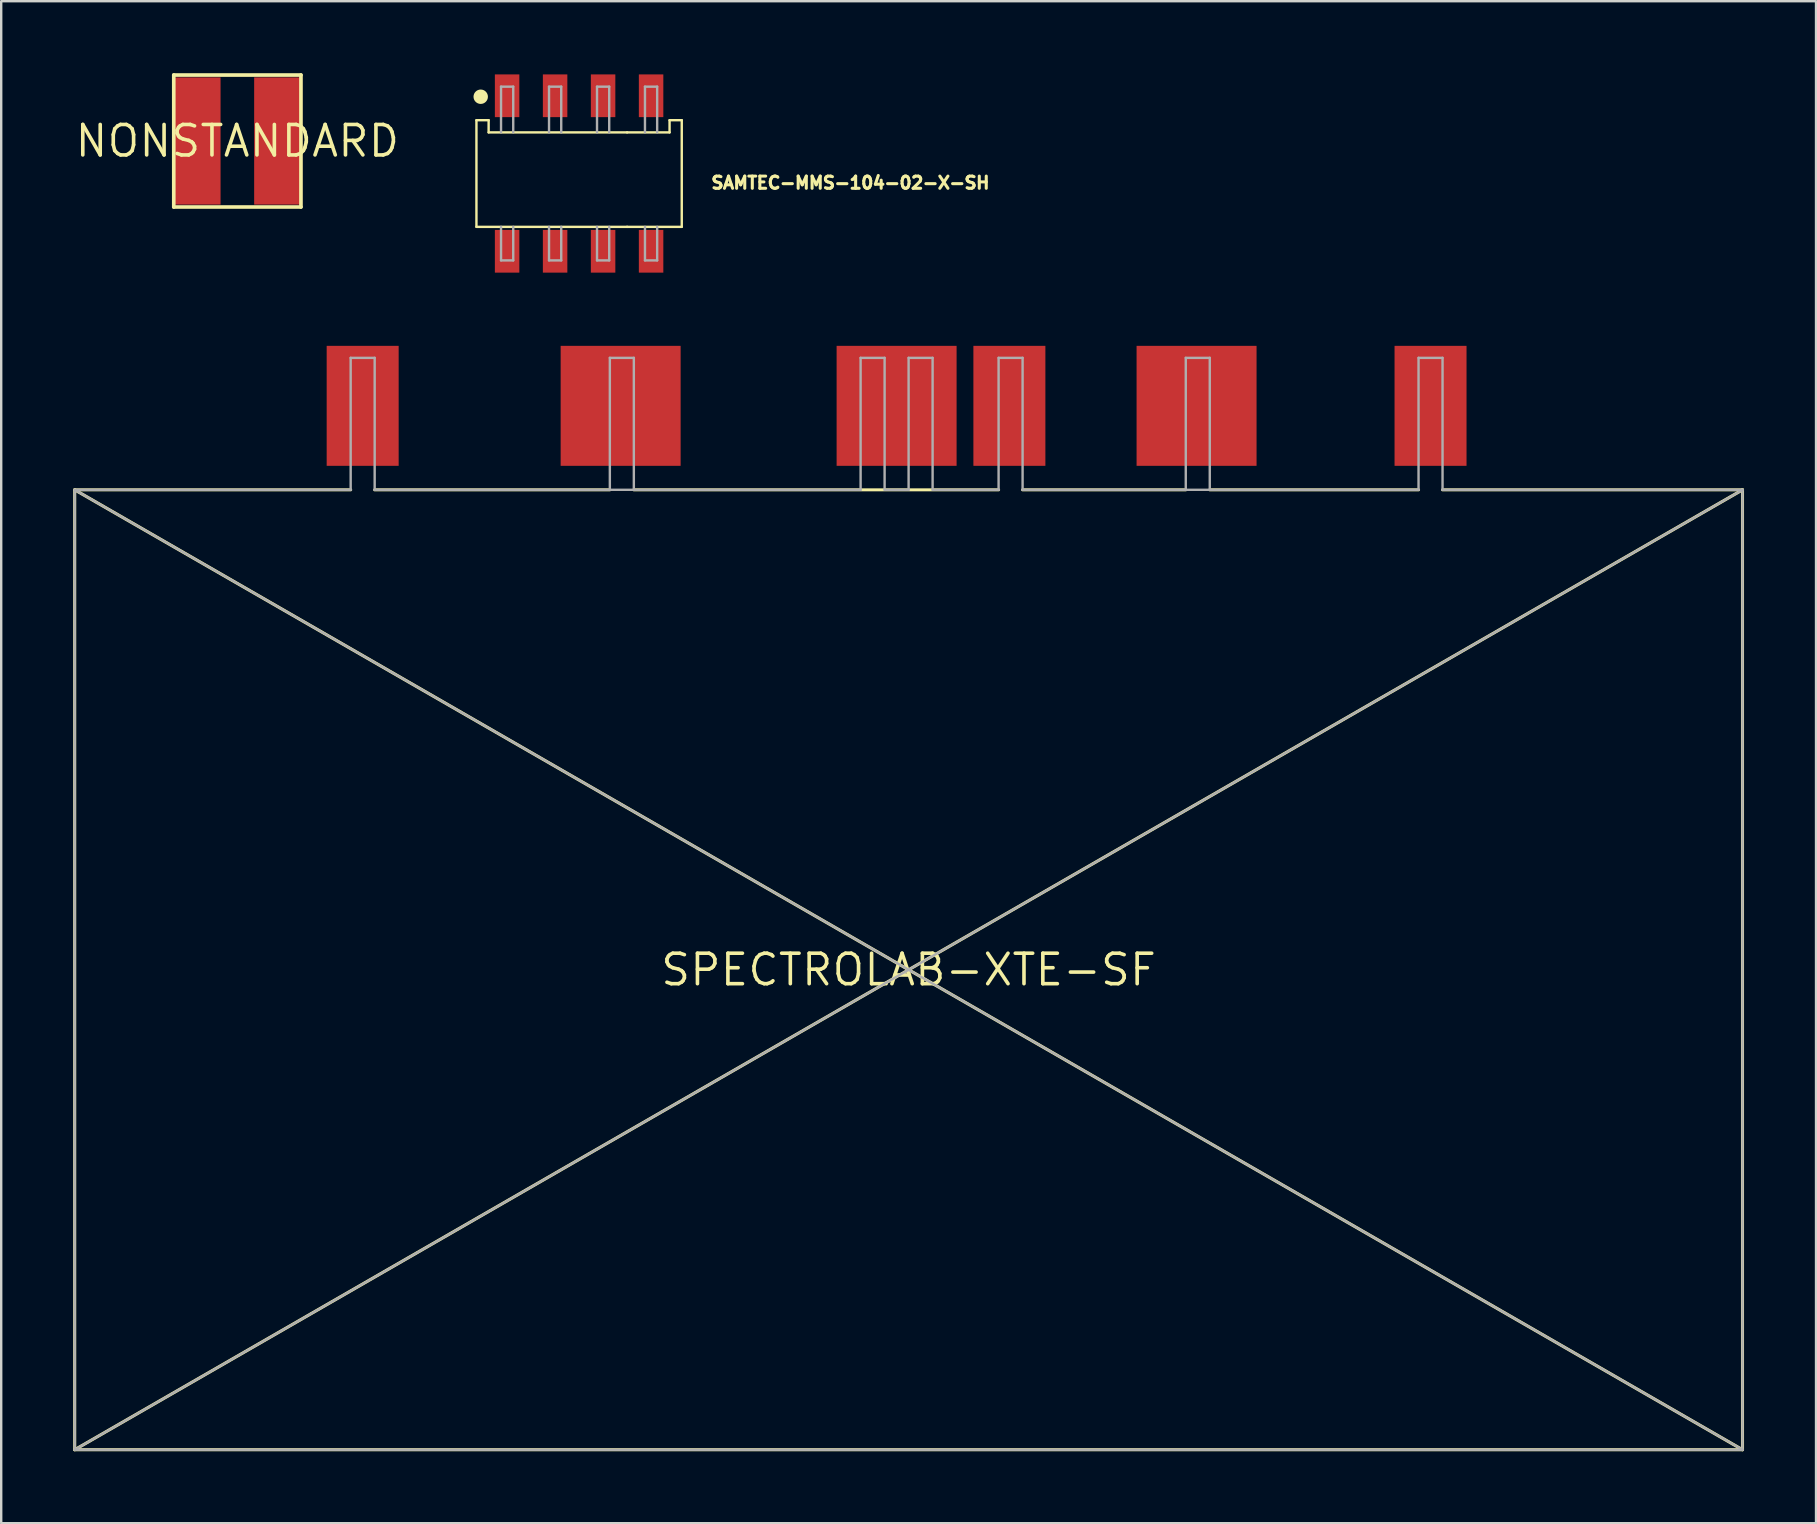
<source format=kicad_pcb>
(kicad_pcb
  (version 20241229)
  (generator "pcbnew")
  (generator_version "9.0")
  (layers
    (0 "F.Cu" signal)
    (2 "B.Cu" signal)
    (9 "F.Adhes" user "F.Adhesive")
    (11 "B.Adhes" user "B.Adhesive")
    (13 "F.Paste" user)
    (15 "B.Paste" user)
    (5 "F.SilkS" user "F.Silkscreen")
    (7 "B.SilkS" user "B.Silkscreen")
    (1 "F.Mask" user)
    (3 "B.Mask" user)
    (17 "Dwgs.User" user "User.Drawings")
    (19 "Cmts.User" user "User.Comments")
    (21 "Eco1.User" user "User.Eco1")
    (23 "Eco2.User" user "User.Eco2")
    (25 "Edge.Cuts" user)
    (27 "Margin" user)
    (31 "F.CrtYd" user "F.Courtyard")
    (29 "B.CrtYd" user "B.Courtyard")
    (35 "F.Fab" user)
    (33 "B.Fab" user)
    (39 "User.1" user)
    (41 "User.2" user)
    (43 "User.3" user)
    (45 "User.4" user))
  (footprint "SPECTROLAB-XTE-SF"
    (layer "F.Cu")
    (at 34.813 37.362)
    (property "Reference" "SPECTROLAB-XTE-SF" (at 0 0 0) (layer "F.SilkS") (effects (font (size 1.27 1.27) (thickness 0.15))))
    (fp_line (start -34.75 -20) (end -34.75 20) (stroke (width 0.127) (type solid)) (layer "F.SilkS"))
    (fp_line (start -34.75 -20) (end 34.75 20) (stroke (width 0.127) (type solid)) (layer "F.SilkS"))
    (fp_line (start -34.75 20) (end 34.75 20) (stroke (width 0.127) (type solid)) (layer "F.SilkS"))
    (fp_line (start -23.25 -20) (end -34.75 -20) (stroke (width 0.127) (type solid)) (layer "F.SilkS"))
    (fp_line (start -12.45 -20) (end -22.25 -20) (stroke (width 0.127) (type solid)) (layer "F.SilkS"))
    (fp_line (start -11.45 -20) (end 3.75 -20) (stroke (width 0.127) (type solid)) (layer "F.SilkS"))
    (fp_line (start 4.75 -20) (end 11.55 -20) (stroke (width 0.127) (type solid)) (layer "F.SilkS"))
    (fp_line (start 12.55 -20) (end 21.25 -20) (stroke (width 0.127) (type solid)) (layer "F.SilkS"))
    (fp_line (start 22.25 -20) (end 34.75 -20) (stroke (width 0.127) (type solid)) (layer "F.SilkS"))
    (fp_line (start 34.75 -20) (end -34.75 20) (stroke (width 0.127) (type solid)) (layer "F.SilkS"))
    (fp_line (start 34.75 20) (end 34.75 -20) (stroke (width 0.127) (type solid)) (layer "F.SilkS"))
    (fp_line (start -34.75 -20) (end -34.75 20) (stroke (width 0.1) (type solid)) (layer "F.Fab"))
    (fp_line (start -34.75 -20) (end 34.75 20) (stroke (width 0.1) (type solid)) (layer "F.Fab"))
    (fp_line (start -34.75 20) (end 34.75 20) (stroke (width 0.1) (type solid)) (layer "F.Fab"))
    (fp_line (start -23.25 -25.5) (end -22.25 -25.5) (stroke (width 0.1) (type solid)) (layer "F.Fab"))
    (fp_line (start -23.25 -20) (end -34.75 -20) (stroke (width 0.1) (type solid)) (layer "F.Fab"))
    (fp_line (start -23.25 -20) (end -23.25 -25.5) (stroke (width 0.1) (type solid)) (layer "F.Fab"))
    (fp_line (start -22.25 -25.5) (end -22.25 -20) (stroke (width 0.1) (type solid)) (layer "F.Fab"))
    (fp_line (start -12.45 -25.5) (end -11.45 -25.5) (stroke (width 0.1) (type solid)) (layer "F.Fab"))
    (fp_line (start -12.45 -20) (end -22.25 -20) (stroke (width 0.1) (type solid)) (layer "F.Fab"))
    (fp_line (start -12.45 -20) (end -12.45 -25.5) (stroke (width 0.1) (type solid)) (layer "F.Fab"))
    (fp_line (start -12.45 -20) (end -11.45 -20) (stroke (width 0.1) (type solid)) (layer "F.Fab"))
    (fp_line (start -11.45 -25.5) (end -11.45 -20) (stroke (width 0.1) (type solid)) (layer "F.Fab"))
    (fp_line (start -11.45 -20) (end -2 -20) (stroke (width 0.1) (type solid)) (layer "F.Fab"))
    (fp_line (start -2 -25.5) (end -1 -25.5) (stroke (width 0.1) (type solid)) (layer "F.Fab"))
    (fp_line (start -2 -20) (end -2 -25.5) (stroke (width 0.1) (type solid)) (layer "F.Fab"))
    (fp_line (start -1 -25.5) (end -1 -20) (stroke (width 0.1) (type solid)) (layer "F.Fab"))
    (fp_line (start -1 -20) (end 0 -20) (stroke (width 0.1) (type solid)) (layer "F.Fab"))
    (fp_line (start 0 -25.5) (end 1 -25.5) (stroke (width 0.1) (type solid)) (layer "F.Fab"))
    (fp_line (start 0 -20) (end 0 -25.5) (stroke (width 0.1) (type solid)) (layer "F.Fab"))
    (fp_line (start 1 -25.5) (end 1 -20) (stroke (width 0.1) (type solid)) (layer "F.Fab"))
    (fp_line (start 1 -20) (end 3.75 -20) (stroke (width 0.1) (type solid)) (layer "F.Fab"))
    (fp_line (start 3.75 -25.5) (end 4.75 -25.5) (stroke (width 0.1) (type solid)) (layer "F.Fab"))
    (fp_line (start 3.75 -20) (end 3.75 -25.5) (stroke (width 0.1) (type solid)) (layer "F.Fab"))
    (fp_line (start 4.75 -25.5) (end 4.75 -20) (stroke (width 0.1) (type solid)) (layer "F.Fab"))
    (fp_line (start 4.75 -20) (end 11.55 -20) (stroke (width 0.1) (type solid)) (layer "F.Fab"))
    (fp_line (start 11.55 -25.5) (end 12.55 -25.5) (stroke (width 0.1) (type solid)) (layer "F.Fab"))
    (fp_line (start 11.55 -20) (end 11.55 -25.5) (stroke (width 0.1) (type solid)) (layer "F.Fab"))
    (fp_line (start 11.55 -20) (end 12.55 -20) (stroke (width 0.1) (type solid)) (layer "F.Fab"))
    (fp_line (start 12.55 -25.5) (end 12.55 -20) (stroke (width 0.1) (type solid)) (layer "F.Fab"))
    (fp_line (start 12.55 -20) (end 21.25 -20) (stroke (width 0.1) (type solid)) (layer "F.Fab"))
    (fp_line (start 21.25 -25.5) (end 22.25 -25.5) (stroke (width 0.1) (type solid)) (layer "F.Fab"))
    (fp_line (start 21.25 -20) (end 21.25 -25.5) (stroke (width 0.1) (type solid)) (layer "F.Fab"))
    (fp_line (start 22.25 -25.5) (end 22.25 -20) (stroke (width 0.1) (type solid)) (layer "F.Fab"))
    (fp_line (start 22.25 -20) (end 34.75 -20) (stroke (width 0.1) (type solid)) (layer "F.Fab"))
    (fp_line (start 34.75 -20) (end -34.75 20) (stroke (width 0.1) (type solid)) (layer "F.Fab"))
    (fp_line (start 34.75 20) (end 34.75 -20) (stroke (width 0.1) (type solid)) (layer "F.Fab"))
    (pad "NEG1" smd rect (at -22.75 -23.5) (size 3 5) (layers "F.Cu" "F.Mask"))
    (pad "NEG2" smd rect (at 21.75 -23.5) (size 3 5) (layers "F.Cu" "F.Mask"))
    (pad "NEG3" smd rect (at 4.2 -23.5) (size 3 5) (layers "F.Cu" "F.Mask"))
    (pad "NEG4" smd rect (at -0.5 -23.5) (size 5 5) (layers "F.Cu" "F.Mask"))
    (pad "POS1" smd rect (at -12 -23.5) (size 5 5) (layers "F.Cu" "F.Mask"))
    (pad "POS2" smd rect (at 12 -23.5) (size 5 5) (layers "F.Cu" "F.Mask")))
  (footprint "NONSTANDARD"
    (layer "F.Cu")
    (at 6.841 2.826)
    (property "Reference" "NONSTANDARD" (at 0 0 0) (layer "F.SilkS") (effects (font (size 1.27 1.27) (thickness 0.15))))
    (fp_line (start -2.65 -2.75) (end 2.65 -2.75) (stroke (width 0.152) (type solid)) (layer "F.SilkS"))
    (fp_line (start -2.65 2.75) (end -2.65 -2.75) (stroke (width 0.152) (type solid)) (layer "F.SilkS"))
    (fp_line (start 2.65 -2.75) (end 2.65 2.75) (stroke (width 0.152) (type solid)) (layer "F.SilkS"))
    (fp_line (start 2.65 2.75) (end -2.65 2.75) (stroke (width 0.152) (type solid)) (layer "F.SilkS"))
    (pad "P$1" smd rect (at -1.7 0) (size 2 5.3) (layers "F.Cu" "F.Mask" "F.Paste"))
    (pad "P$2" smd rect (at 1.7 0) (size 2 5.3) (layers "F.Cu" "F.Mask" "F.Paste")))
  (footprint "SAMTEC-MMS-104-02-X-SH"
    (layer "F.Cu")
    (at 21.082 4.181)
    (property "Reference" "SAMTEC-MMS-104-02-X-SH" (at 5.441 0.684 0) (layer "F.SilkS") (effects (font (size 0.508 0.508) (thickness 0.127)) (justify left bottom)))
    (fp_poly (pts (xy -3.561 -2.299) (xy -2.439 -2.299) (xy -2.439 -4.181) (xy -3.561 -4.181)) (stroke (width 0) (type default)) (fill yes) (layer "F.Mask"))
    (fp_poly (pts (xy -3.561 4.181) (xy -2.439 4.181) (xy -2.439 2.299) (xy -3.561 2.299)) (stroke (width 0) (type default)) (fill yes) (layer "F.Mask"))
    (fp_poly (pts (xy -1.561 -2.299) (xy -0.439 -2.299) (xy -0.439 -4.181) (xy -1.561 -4.181)) (stroke (width 0) (type default)) (fill yes) (layer "F.Mask"))
    (fp_poly (pts (xy -1.561 4.181) (xy -0.439 4.181) (xy -0.439 2.299) (xy -1.561 2.299)) (stroke (width 0) (type default)) (fill yes) (layer "F.Mask"))
    (fp_poly (pts (xy 0.439 -2.299) (xy 1.561 -2.299) (xy 1.561 -4.181) (xy 0.439 -4.181)) (stroke (width 0) (type default)) (fill yes) (layer "F.Mask"))
    (fp_poly (pts (xy 0.439 4.181) (xy 1.561 4.181) (xy 1.561 2.299) (xy 0.439 2.299)) (stroke (width 0) (type default)) (fill yes) (layer "F.Mask"))
    (fp_poly (pts (xy 2.439 -2.299) (xy 3.561 -2.299) (xy 3.561 -4.181) (xy 2.439 -4.181)) (stroke (width 0) (type default)) (fill yes) (layer "F.Mask"))
    (fp_poly (pts (xy 2.439 4.181) (xy 3.561 4.181) (xy 3.561 2.299) (xy 2.439 2.299)) (stroke (width 0) (type default)) (fill yes) (layer "F.Mask"))
    (fp_line (start -4.278 -2.222) (end -3.77 -2.222) (stroke (width 0.1) (type solid)) (layer "F.SilkS"))
    (fp_line (start -4.278 2.222) (end -4.278 -2.222) (stroke (width 0.1) (type solid)) (layer "F.SilkS"))
    (fp_line (start -3.77 -2.222) (end -3.77 -1.714) (stroke (width 0.1) (type solid)) (layer "F.SilkS"))
    (fp_line (start 1.999 2.222) (end 4.278 2.222) (stroke (width 0.1) (type solid)) (layer "F.SilkS"))
    (fp_line (start 2.001 -1.714) (end -3.77 -1.714) (stroke (width 0.1) (type solid)) (layer "F.SilkS"))
    (fp_line (start 2.001 2.222) (end -4.278 2.222) (stroke (width 0.1) (type solid)) (layer "F.SilkS"))
    (fp_line (start 3.77 -2.222) (end 3.77 -1.714) (stroke (width 0.1) (type solid)) (layer "F.SilkS"))
    (fp_line (start 3.77 -1.714) (end 1.999 -1.714) (stroke (width 0.1) (type solid)) (layer "F.SilkS"))
    (fp_line (start 4.278 -2.222) (end 3.77 -2.222) (stroke (width 0.1) (type solid)) (layer "F.SilkS"))
    (fp_line (start 4.278 2.222) (end 4.278 -2.222) (stroke (width 0.1) (type solid)) (layer "F.SilkS"))
    (fp_circle (center -4.1 -3.2) (end -3.95 -3.2) (stroke (width 0.3) (type solid)) (fill yes) (layer "F.SilkS"))
    (fp_poly (pts (xy -3.51 -2.35) (xy -2.49 -2.35) (xy -2.49 -4.13) (xy -3.51 -4.13)) (stroke (width 0) (type default)) (fill yes) (layer "F.Paste"))
    (fp_poly (pts (xy -3.51 4.13) (xy -2.49 4.13) (xy -2.49 2.35) (xy -3.51 2.35)) (stroke (width 0) (type default)) (fill yes) (layer "F.Paste"))
    (fp_poly (pts (xy -1.51 -2.35) (xy -0.49 -2.35) (xy -0.49 -4.13) (xy -1.51 -4.13)) (stroke (width 0) (type default)) (fill yes) (layer "F.Paste"))
    (fp_poly (pts (xy -1.51 4.13) (xy -0.49 4.13) (xy -0.49 2.35) (xy -1.51 2.35)) (stroke (width 0) (type default)) (fill yes) (layer "F.Paste"))
    (fp_poly (pts (xy 0.49 -2.35) (xy 1.51 -2.35) (xy 1.51 -4.13) (xy 0.49 -4.13)) (stroke (width 0) (type default)) (fill yes) (layer "F.Paste"))
    (fp_poly (pts (xy 0.49 4.13) (xy 1.51 4.13) (xy 1.51 2.35) (xy 0.49 2.35)) (stroke (width 0) (type default)) (fill yes) (layer "F.Paste"))
    (fp_poly (pts (xy 2.49 -2.35) (xy 3.51 -2.35) (xy 3.51 -4.13) (xy 2.49 -4.13)) (stroke (width 0) (type default)) (fill yes) (layer "F.Paste"))
    (fp_poly (pts (xy 2.49 4.13) (xy 3.51 4.13) (xy 3.51 2.35) (xy 2.49 2.35)) (stroke (width 0) (type default)) (fill yes) (layer "F.Paste"))
    (fp_line (start -3.253 -3.62) (end -2.745 -3.62) (stroke (width 0.1) (type solid)) (layer "F.Fab"))
    (fp_line (start -3.253 -1.714) (end -3.253 -3.62) (stroke (width 0.1) (type solid)) (layer "F.Fab"))
    (fp_line (start -3.253 2.222) (end -3.253 3.62) (stroke (width 0.1) (type solid)) (layer "F.Fab"))
    (fp_line (start -3.253 3.62) (end -2.745 3.62) (stroke (width 0.1) (type solid)) (layer "F.Fab"))
    (fp_line (start -2.745 -3.62) (end -2.745 -1.714) (stroke (width 0.1) (type solid)) (layer "F.Fab"))
    (fp_line (start -2.745 3.62) (end -2.745 2.222) (stroke (width 0.1) (type solid)) (layer "F.Fab"))
    (fp_line (start -1.253 -3.62) (end -0.745 -3.62) (stroke (width 0.1) (type solid)) (layer "F.Fab"))
    (fp_line (start -1.253 -1.714) (end -1.253 -3.62) (stroke (width 0.1) (type solid)) (layer "F.Fab"))
    (fp_line (start -1.253 2.222) (end -1.253 3.62) (stroke (width 0.1) (type solid)) (layer "F.Fab"))
    (fp_line (start -1.253 3.62) (end -0.745 3.62) (stroke (width 0.1) (type solid)) (layer "F.Fab"))
    (fp_line (start -0.745 -3.62) (end -0.745 -1.714) (stroke (width 0.1) (type solid)) (layer "F.Fab"))
    (fp_line (start -0.745 3.62) (end -0.745 2.222) (stroke (width 0.1) (type solid)) (layer "F.Fab"))
    (fp_line (start 0.747 -3.62) (end 1.255 -3.62) (stroke (width 0.1) (type solid)) (layer "F.Fab"))
    (fp_line (start 0.747 -1.714) (end 0.747 -3.62) (stroke (width 0.1) (type solid)) (layer "F.Fab"))
    (fp_line (start 0.747 2.222) (end 0.747 3.62) (stroke (width 0.1) (type solid)) (layer "F.Fab"))
    (fp_line (start 0.747 3.62) (end 1.255 3.62) (stroke (width 0.1) (type solid)) (layer "F.Fab"))
    (fp_line (start 1.255 -3.62) (end 1.255 -1.714) (stroke (width 0.1) (type solid)) (layer "F.Fab"))
    (fp_line (start 1.255 3.62) (end 1.255 2.222) (stroke (width 0.1) (type solid)) (layer "F.Fab"))
    (fp_line (start 2.745 -3.62) (end 2.745 -1.714) (stroke (width 0.1) (type solid)) (layer "F.Fab"))
    (fp_line (start 2.745 3.62) (end 2.745 2.222) (stroke (width 0.1) (type solid)) (layer "F.Fab"))
    (fp_line (start 3.253 -3.62) (end 2.745 -3.62) (stroke (width 0.1) (type solid)) (layer "F.Fab"))
    (fp_line (start 3.253 -1.714) (end 3.253 -3.62) (stroke (width 0.1) (type solid)) (layer "F.Fab"))
    (fp_line (start 3.253 2.222) (end 3.253 3.62) (stroke (width 0.1) (type solid)) (layer "F.Fab"))
    (fp_line (start 3.253 3.62) (end 2.745 3.62) (stroke (width 0.1) (type solid)) (layer "F.Fab"))
    (pad "1A" smd rect (at -3 -3.24) (size 1.02 1.78) (layers "F.Cu" "F.Paste"))
    (pad "1B" smd rect (at -3 3.24) (size 1.02 1.78) (layers "F.Cu" "F.Paste"))
    (pad "2A" smd rect (at -1 -3.24) (size 1.02 1.78) (layers "F.Cu" "F.Paste"))
    (pad "2B" smd rect (at -1 3.24) (size 1.02 1.78) (layers "F.Cu" "F.Paste"))
    (pad "3A" smd rect (at 1 -3.24) (size 1.02 1.78) (layers "F.Cu" "F.Paste"))
    (pad "3B" smd rect (at 1 3.24) (size 1.02 1.78) (layers "F.Cu" "F.Paste"))
    (pad "4A" smd rect (at 3 -3.24) (size 1.02 1.78) (layers "F.Cu" "F.Paste"))
    (pad "4B" smd rect (at 3 3.24) (size 1.02 1.78) (layers "F.Cu" "F.Paste")))
  (gr_rect
    (start -3 -3)
    (end 72.627 60.425)
    (stroke (width 0.1) (type default))
    (fill no)
    (layer "Edge.Cuts")))
</source>
